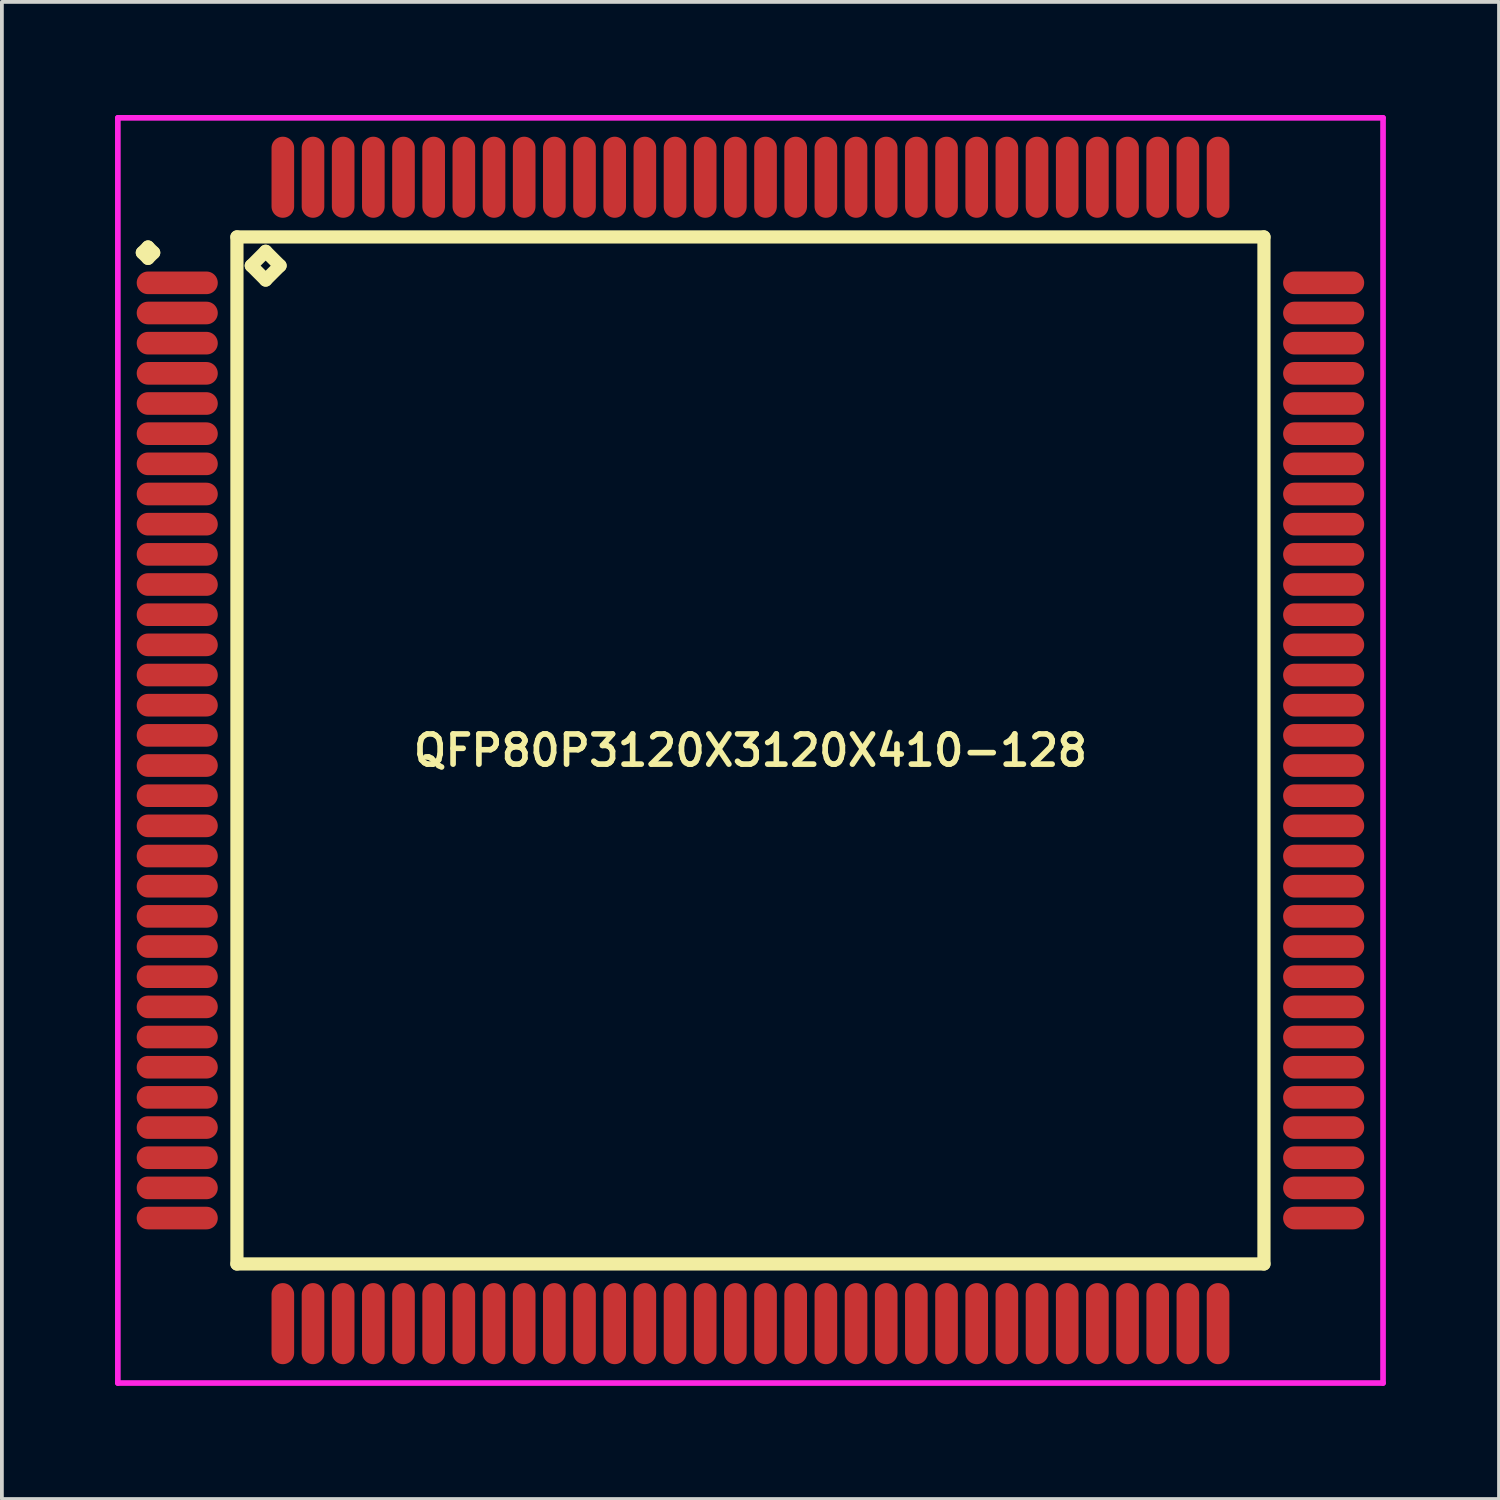
<source format=kicad_pcb>
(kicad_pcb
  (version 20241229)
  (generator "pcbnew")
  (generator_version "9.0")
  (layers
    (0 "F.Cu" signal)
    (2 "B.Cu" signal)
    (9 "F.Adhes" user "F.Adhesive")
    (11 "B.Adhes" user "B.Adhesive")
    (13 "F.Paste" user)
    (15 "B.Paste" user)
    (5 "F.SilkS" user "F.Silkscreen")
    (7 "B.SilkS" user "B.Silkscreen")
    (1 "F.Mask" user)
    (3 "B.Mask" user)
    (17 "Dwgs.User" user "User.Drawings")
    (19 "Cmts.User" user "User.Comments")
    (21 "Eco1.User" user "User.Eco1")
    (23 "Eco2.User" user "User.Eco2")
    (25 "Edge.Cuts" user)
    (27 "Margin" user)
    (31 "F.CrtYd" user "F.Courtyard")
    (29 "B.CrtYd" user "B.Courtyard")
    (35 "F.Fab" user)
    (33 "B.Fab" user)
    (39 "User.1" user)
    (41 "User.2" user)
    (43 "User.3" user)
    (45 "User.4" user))
  (footprint "QFP80P3120X3120X410-128"
    (layer "F.Cu")
    (at 16.85 16.85)
    (property "Reference" "QFP80P3120X3120X410-128" (at 0 0 0) (layer "F.SilkS") (effects (font (size 0.8 0.8) (thickness 0.15))))
    (attr smd)
    (fp_line (start -16.125 -13.2) (end -15.975 -13.35) (stroke (width 0.35) (type solid)) (layer "F.SilkS"))
    (fp_line (start -15.975 -13.35) (end -15.825 -13.2) (stroke (width 0.35) (type solid)) (layer "F.SilkS"))
    (fp_line (start -15.975 -13.05) (end -16.125 -13.2) (stroke (width 0.35) (type solid)) (layer "F.SilkS"))
    (fp_line (start -15.825 -13.2) (end -15.975 -13.05) (stroke (width 0.35) (type solid)) (layer "F.SilkS"))
    (fp_line (start -13.617 -13.617) (end -13.617 13.617) (stroke (width 0.35) (type solid)) (layer "F.SilkS"))
    (fp_line (start -13.617 13.617) (end 13.617 13.617) (stroke (width 0.35) (type solid)) (layer "F.SilkS"))
    (fp_line (start -13.236 -12.855) (end -12.855 -13.236) (stroke (width 0.35) (type solid)) (layer "F.SilkS"))
    (fp_line (start -12.855 -13.236) (end -12.474 -12.855) (stroke (width 0.35) (type solid)) (layer "F.SilkS"))
    (fp_line (start -12.855 -12.474) (end -13.236 -12.855) (stroke (width 0.35) (type solid)) (layer "F.SilkS"))
    (fp_line (start -12.474 -12.855) (end -12.855 -12.474) (stroke (width 0.35) (type solid)) (layer "F.SilkS"))
    (fp_line (start 13.617 -13.617) (end -13.617 -13.617) (stroke (width 0.35) (type solid)) (layer "F.SilkS"))
    (fp_line (start 13.617 13.617) (end 13.617 -13.617) (stroke (width 0.35) (type solid)) (layer "F.SilkS"))
    (fp_line (start -16.775 -16.775) (end 16.775 -16.775) (stroke (width 0.15) (type solid)) (layer "F.CrtYd"))
    (fp_line (start -16.775 16.775) (end -16.775 -16.775) (stroke (width 0.15) (type solid)) (layer "F.CrtYd"))
    (fp_line (start 16.775 -16.775) (end 16.775 16.775) (stroke (width 0.15) (type solid)) (layer "F.CrtYd"))
    (fp_line (start 16.775 16.775) (end -16.775 16.775) (stroke (width 0.15) (type solid)) (layer "F.CrtYd"))
    (pad "1" smd oval (at -15.2 -12.4) (size 2.15 0.6) (layers "F.Cu" "F.Mask" "F.Paste"))
    (pad "2" smd oval (at -15.2 -11.6) (size 2.15 0.6) (layers "F.Cu" "F.Mask" "F.Paste"))
    (pad "3" smd oval (at -15.2 -10.8) (size 2.15 0.6) (layers "F.Cu" "F.Mask" "F.Paste"))
    (pad "4" smd oval (at -15.2 -10) (size 2.15 0.6) (layers "F.Cu" "F.Mask" "F.Paste"))
    (pad "5" smd oval (at -15.2 -9.2) (size 2.15 0.6) (layers "F.Cu" "F.Mask" "F.Paste"))
    (pad "6" smd oval (at -15.2 -8.4) (size 2.15 0.6) (layers "F.Cu" "F.Mask" "F.Paste"))
    (pad "7" smd oval (at -15.2 -7.6) (size 2.15 0.6) (layers "F.Cu" "F.Mask" "F.Paste"))
    (pad "8" smd oval (at -15.2 -6.8) (size 2.15 0.6) (layers "F.Cu" "F.Mask" "F.Paste"))
    (pad "9" smd oval (at -15.2 -6) (size 2.15 0.6) (layers "F.Cu" "F.Mask" "F.Paste"))
    (pad "10" smd oval (at -15.2 -5.2) (size 2.15 0.6) (layers "F.Cu" "F.Mask" "F.Paste"))
    (pad "11" smd oval (at -15.2 -4.4) (size 2.15 0.6) (layers "F.Cu" "F.Mask" "F.Paste"))
    (pad "12" smd oval (at -15.2 -3.6) (size 2.15 0.6) (layers "F.Cu" "F.Mask" "F.Paste"))
    (pad "13" smd oval (at -15.2 -2.8) (size 2.15 0.6) (layers "F.Cu" "F.Mask" "F.Paste"))
    (pad "14" smd oval (at -15.2 -2) (size 2.15 0.6) (layers "F.Cu" "F.Mask" "F.Paste"))
    (pad "15" smd oval (at -15.2 -1.2) (size 2.15 0.6) (layers "F.Cu" "F.Mask" "F.Paste"))
    (pad "16" smd oval (at -15.2 -0.4) (size 2.15 0.6) (layers "F.Cu" "F.Mask" "F.Paste"))
    (pad "17" smd oval (at -15.2 0.4) (size 2.15 0.6) (layers "F.Cu" "F.Mask" "F.Paste"))
    (pad "18" smd oval (at -15.2 1.2) (size 2.15 0.6) (layers "F.Cu" "F.Mask" "F.Paste"))
    (pad "19" smd oval (at -15.2 2) (size 2.15 0.6) (layers "F.Cu" "F.Mask" "F.Paste"))
    (pad "20" smd oval (at -15.2 2.8) (size 2.15 0.6) (layers "F.Cu" "F.Mask" "F.Paste"))
    (pad "21" smd oval (at -15.2 3.6) (size 2.15 0.6) (layers "F.Cu" "F.Mask" "F.Paste"))
    (pad "22" smd oval (at -15.2 4.4) (size 2.15 0.6) (layers "F.Cu" "F.Mask" "F.Paste"))
    (pad "23" smd oval (at -15.2 5.2) (size 2.15 0.6) (layers "F.Cu" "F.Mask" "F.Paste"))
    (pad "24" smd oval (at -15.2 6) (size 2.15 0.6) (layers "F.Cu" "F.Mask" "F.Paste"))
    (pad "25" smd oval (at -15.2 6.8) (size 2.15 0.6) (layers "F.Cu" "F.Mask" "F.Paste"))
    (pad "26" smd oval (at -15.2 7.6) (size 2.15 0.6) (layers "F.Cu" "F.Mask" "F.Paste"))
    (pad "27" smd oval (at -15.2 8.4) (size 2.15 0.6) (layers "F.Cu" "F.Mask" "F.Paste"))
    (pad "28" smd oval (at -15.2 9.2) (size 2.15 0.6) (layers "F.Cu" "F.Mask" "F.Paste"))
    (pad "29" smd oval (at -15.2 10) (size 2.15 0.6) (layers "F.Cu" "F.Mask" "F.Paste"))
    (pad "30" smd oval (at -15.2 10.8) (size 2.15 0.6) (layers "F.Cu" "F.Mask" "F.Paste"))
    (pad "31" smd oval (at -15.2 11.6) (size 2.15 0.6) (layers "F.Cu" "F.Mask" "F.Paste"))
    (pad "32" smd oval (at -15.2 12.4) (size 2.15 0.6) (layers "F.Cu" "F.Mask" "F.Paste"))
    (pad "33" smd oval (at -12.4 15.2) (size 0.6 2.15) (layers "F.Cu" "F.Mask" "F.Paste"))
    (pad "34" smd oval (at -11.6 15.2) (size 0.6 2.15) (layers "F.Cu" "F.Mask" "F.Paste"))
    (pad "35" smd oval (at -10.8 15.2) (size 0.6 2.15) (layers "F.Cu" "F.Mask" "F.Paste"))
    (pad "36" smd oval (at -10 15.2) (size 0.6 2.15) (layers "F.Cu" "F.Mask" "F.Paste"))
    (pad "37" smd oval (at -9.2 15.2) (size 0.6 2.15) (layers "F.Cu" "F.Mask" "F.Paste"))
    (pad "38" smd oval (at -8.4 15.2) (size 0.6 2.15) (layers "F.Cu" "F.Mask" "F.Paste"))
    (pad "39" smd oval (at -7.6 15.2) (size 0.6 2.15) (layers "F.Cu" "F.Mask" "F.Paste"))
    (pad "40" smd oval (at -6.8 15.2) (size 0.6 2.15) (layers "F.Cu" "F.Mask" "F.Paste"))
    (pad "41" smd oval (at -6 15.2) (size 0.6 2.15) (layers "F.Cu" "F.Mask" "F.Paste"))
    (pad "42" smd oval (at -5.2 15.2) (size 0.6 2.15) (layers "F.Cu" "F.Mask" "F.Paste"))
    (pad "43" smd oval (at -4.4 15.2) (size 0.6 2.15) (layers "F.Cu" "F.Mask" "F.Paste"))
    (pad "44" smd oval (at -3.6 15.2) (size 0.6 2.15) (layers "F.Cu" "F.Mask" "F.Paste"))
    (pad "45" smd oval (at -2.8 15.2) (size 0.6 2.15) (layers "F.Cu" "F.Mask" "F.Paste"))
    (pad "46" smd oval (at -2 15.2) (size 0.6 2.15) (layers "F.Cu" "F.Mask" "F.Paste"))
    (pad "47" smd oval (at -1.2 15.2) (size 0.6 2.15) (layers "F.Cu" "F.Mask" "F.Paste"))
    (pad "48" smd oval (at -0.4 15.2) (size 0.6 2.15) (layers "F.Cu" "F.Mask" "F.Paste"))
    (pad "49" smd oval (at 0.4 15.2) (size 0.6 2.15) (layers "F.Cu" "F.Mask" "F.Paste"))
    (pad "50" smd oval (at 1.2 15.2) (size 0.6 2.15) (layers "F.Cu" "F.Mask" "F.Paste"))
    (pad "51" smd oval (at 2 15.2) (size 0.6 2.15) (layers "F.Cu" "F.Mask" "F.Paste"))
    (pad "52" smd oval (at 2.8 15.2) (size 0.6 2.15) (layers "F.Cu" "F.Mask" "F.Paste"))
    (pad "53" smd oval (at 3.6 15.2) (size 0.6 2.15) (layers "F.Cu" "F.Mask" "F.Paste"))
    (pad "54" smd oval (at 4.4 15.2) (size 0.6 2.15) (layers "F.Cu" "F.Mask" "F.Paste"))
    (pad "55" smd oval (at 5.2 15.2) (size 0.6 2.15) (layers "F.Cu" "F.Mask" "F.Paste"))
    (pad "56" smd oval (at 6 15.2) (size 0.6 2.15) (layers "F.Cu" "F.Mask" "F.Paste"))
    (pad "57" smd oval (at 6.8 15.2) (size 0.6 2.15) (layers "F.Cu" "F.Mask" "F.Paste"))
    (pad "58" smd oval (at 7.6 15.2) (size 0.6 2.15) (layers "F.Cu" "F.Mask" "F.Paste"))
    (pad "59" smd oval (at 8.4 15.2) (size 0.6 2.15) (layers "F.Cu" "F.Mask" "F.Paste"))
    (pad "60" smd oval (at 9.2 15.2) (size 0.6 2.15) (layers "F.Cu" "F.Mask" "F.Paste"))
    (pad "61" smd oval (at 10 15.2) (size 0.6 2.15) (layers "F.Cu" "F.Mask" "F.Paste"))
    (pad "62" smd oval (at 10.8 15.2) (size 0.6 2.15) (layers "F.Cu" "F.Mask" "F.Paste"))
    (pad "63" smd oval (at 11.6 15.2) (size 0.6 2.15) (layers "F.Cu" "F.Mask" "F.Paste"))
    (pad "64" smd oval (at 12.4 15.2) (size 0.6 2.15) (layers "F.Cu" "F.Mask" "F.Paste"))
    (pad "65" smd oval (at 15.2 12.4) (size 2.15 0.6) (layers "F.Cu" "F.Mask" "F.Paste"))
    (pad "66" smd oval (at 15.2 11.6) (size 2.15 0.6) (layers "F.Cu" "F.Mask" "F.Paste"))
    (pad "67" smd oval (at 15.2 10.8) (size 2.15 0.6) (layers "F.Cu" "F.Mask" "F.Paste"))
    (pad "68" smd oval (at 15.2 10) (size 2.15 0.6) (layers "F.Cu" "F.Mask" "F.Paste"))
    (pad "69" smd oval (at 15.2 9.2) (size 2.15 0.6) (layers "F.Cu" "F.Mask" "F.Paste"))
    (pad "70" smd oval (at 15.2 8.4) (size 2.15 0.6) (layers "F.Cu" "F.Mask" "F.Paste"))
    (pad "71" smd oval (at 15.2 7.6) (size 2.15 0.6) (layers "F.Cu" "F.Mask" "F.Paste"))
    (pad "72" smd oval (at 15.2 6.8) (size 2.15 0.6) (layers "F.Cu" "F.Mask" "F.Paste"))
    (pad "73" smd oval (at 15.2 6) (size 2.15 0.6) (layers "F.Cu" "F.Mask" "F.Paste"))
    (pad "74" smd oval (at 15.2 5.2) (size 2.15 0.6) (layers "F.Cu" "F.Mask" "F.Paste"))
    (pad "75" smd oval (at 15.2 4.4) (size 2.15 0.6) (layers "F.Cu" "F.Mask" "F.Paste"))
    (pad "76" smd oval (at 15.2 3.6) (size 2.15 0.6) (layers "F.Cu" "F.Mask" "F.Paste"))
    (pad "77" smd oval (at 15.2 2.8) (size 2.15 0.6) (layers "F.Cu" "F.Mask" "F.Paste"))
    (pad "78" smd oval (at 15.2 2) (size 2.15 0.6) (layers "F.Cu" "F.Mask" "F.Paste"))
    (pad "79" smd oval (at 15.2 1.2) (size 2.15 0.6) (layers "F.Cu" "F.Mask" "F.Paste"))
    (pad "80" smd oval (at 15.2 0.4) (size 2.15 0.6) (layers "F.Cu" "F.Mask" "F.Paste"))
    (pad "81" smd oval (at 15.2 -0.4) (size 2.15 0.6) (layers "F.Cu" "F.Mask" "F.Paste"))
    (pad "82" smd oval (at 15.2 -1.2) (size 2.15 0.6) (layers "F.Cu" "F.Mask" "F.Paste"))
    (pad "83" smd oval (at 15.2 -2) (size 2.15 0.6) (layers "F.Cu" "F.Mask" "F.Paste"))
    (pad "84" smd oval (at 15.2 -2.8) (size 2.15 0.6) (layers "F.Cu" "F.Mask" "F.Paste"))
    (pad "85" smd oval (at 15.2 -3.6) (size 2.15 0.6) (layers "F.Cu" "F.Mask" "F.Paste"))
    (pad "86" smd oval (at 15.2 -4.4) (size 2.15 0.6) (layers "F.Cu" "F.Mask" "F.Paste"))
    (pad "87" smd oval (at 15.2 -5.2) (size 2.15 0.6) (layers "F.Cu" "F.Mask" "F.Paste"))
    (pad "88" smd oval (at 15.2 -6) (size 2.15 0.6) (layers "F.Cu" "F.Mask" "F.Paste"))
    (pad "89" smd oval (at 15.2 -6.8) (size 2.15 0.6) (layers "F.Cu" "F.Mask" "F.Paste"))
    (pad "90" smd oval (at 15.2 -7.6) (size 2.15 0.6) (layers "F.Cu" "F.Mask" "F.Paste"))
    (pad "91" smd oval (at 15.2 -8.4) (size 2.15 0.6) (layers "F.Cu" "F.Mask" "F.Paste"))
    (pad "92" smd oval (at 15.2 -9.2) (size 2.15 0.6) (layers "F.Cu" "F.Mask" "F.Paste"))
    (pad "93" smd oval (at 15.2 -10) (size 2.15 0.6) (layers "F.Cu" "F.Mask" "F.Paste"))
    (pad "94" smd oval (at 15.2 -10.8) (size 2.15 0.6) (layers "F.Cu" "F.Mask" "F.Paste"))
    (pad "95" smd oval (at 15.2 -11.6) (size 2.15 0.6) (layers "F.Cu" "F.Mask" "F.Paste"))
    (pad "96" smd oval (at 15.2 -12.4) (size 2.15 0.6) (layers "F.Cu" "F.Mask" "F.Paste"))
    (pad "97" smd oval (at 12.4 -15.2) (size 0.6 2.15) (layers "F.Cu" "F.Mask" "F.Paste"))
    (pad "98" smd oval (at 11.6 -15.2) (size 0.6 2.15) (layers "F.Cu" "F.Mask" "F.Paste"))
    (pad "99" smd oval (at 10.8 -15.2) (size 0.6 2.15) (layers "F.Cu" "F.Mask" "F.Paste"))
    (pad "100" smd oval (at 10 -15.2) (size 0.6 2.15) (layers "F.Cu" "F.Mask" "F.Paste"))
    (pad "101" smd oval (at 9.2 -15.2) (size 0.6 2.15) (layers "F.Cu" "F.Mask" "F.Paste"))
    (pad "102" smd oval (at 8.4 -15.2) (size 0.6 2.15) (layers "F.Cu" "F.Mask" "F.Paste"))
    (pad "103" smd oval (at 7.6 -15.2) (size 0.6 2.15) (layers "F.Cu" "F.Mask" "F.Paste"))
    (pad "104" smd oval (at 6.8 -15.2) (size 0.6 2.15) (layers "F.Cu" "F.Mask" "F.Paste"))
    (pad "105" smd oval (at 6 -15.2) (size 0.6 2.15) (layers "F.Cu" "F.Mask" "F.Paste"))
    (pad "106" smd oval (at 5.2 -15.2) (size 0.6 2.15) (layers "F.Cu" "F.Mask" "F.Paste"))
    (pad "107" smd oval (at 4.4 -15.2) (size 0.6 2.15) (layers "F.Cu" "F.Mask" "F.Paste"))
    (pad "108" smd oval (at 3.6 -15.2) (size 0.6 2.15) (layers "F.Cu" "F.Mask" "F.Paste"))
    (pad "109" smd oval (at 2.8 -15.2) (size 0.6 2.15) (layers "F.Cu" "F.Mask" "F.Paste"))
    (pad "110" smd oval (at 2 -15.2) (size 0.6 2.15) (layers "F.Cu" "F.Mask" "F.Paste"))
    (pad "111" smd oval (at 1.2 -15.2) (size 0.6 2.15) (layers "F.Cu" "F.Mask" "F.Paste"))
    (pad "112" smd oval (at 0.4 -15.2) (size 0.6 2.15) (layers "F.Cu" "F.Mask" "F.Paste"))
    (pad "113" smd oval (at -0.4 -15.2) (size 0.6 2.15) (layers "F.Cu" "F.Mask" "F.Paste"))
    (pad "114" smd oval (at -1.2 -15.2) (size 0.6 2.15) (layers "F.Cu" "F.Mask" "F.Paste"))
    (pad "115" smd oval (at -2 -15.2) (size 0.6 2.15) (layers "F.Cu" "F.Mask" "F.Paste"))
    (pad "116" smd oval (at -2.8 -15.2) (size 0.6 2.15) (layers "F.Cu" "F.Mask" "F.Paste"))
    (pad "117" smd oval (at -3.6 -15.2) (size 0.6 2.15) (layers "F.Cu" "F.Mask" "F.Paste"))
    (pad "118" smd oval (at -4.4 -15.2) (size 0.6 2.15) (layers "F.Cu" "F.Mask" "F.Paste"))
    (pad "119" smd oval (at -5.2 -15.2) (size 0.6 2.15) (layers "F.Cu" "F.Mask" "F.Paste"))
    (pad "120" smd oval (at -6 -15.2) (size 0.6 2.15) (layers "F.Cu" "F.Mask" "F.Paste"))
    (pad "121" smd oval (at -6.8 -15.2) (size 0.6 2.15) (layers "F.Cu" "F.Mask" "F.Paste"))
    (pad "122" smd oval (at -7.6 -15.2) (size 0.6 2.15) (layers "F.Cu" "F.Mask" "F.Paste"))
    (pad "123" smd oval (at -8.4 -15.2) (size 0.6 2.15) (layers "F.Cu" "F.Mask" "F.Paste"))
    (pad "124" smd oval (at -9.2 -15.2) (size 0.6 2.15) (layers "F.Cu" "F.Mask" "F.Paste"))
    (pad "125" smd oval (at -10 -15.2) (size 0.6 2.15) (layers "F.Cu" "F.Mask" "F.Paste"))
    (pad "126" smd oval (at -10.8 -15.2) (size 0.6 2.15) (layers "F.Cu" "F.Mask" "F.Paste"))
    (pad "127" smd oval (at -11.6 -15.2) (size 0.6 2.15) (layers "F.Cu" "F.Mask" "F.Paste"))
    (pad "128" smd oval (at -12.4 -15.2) (size 0.6 2.15) (layers "F.Cu" "F.Mask" "F.Paste")))
  (gr_rect
    (start -3 -3)
    (end 36.7 36.7)
    (stroke (width 0.1) (type default))
    (fill no)
    (layer "Edge.Cuts")))
</source>
